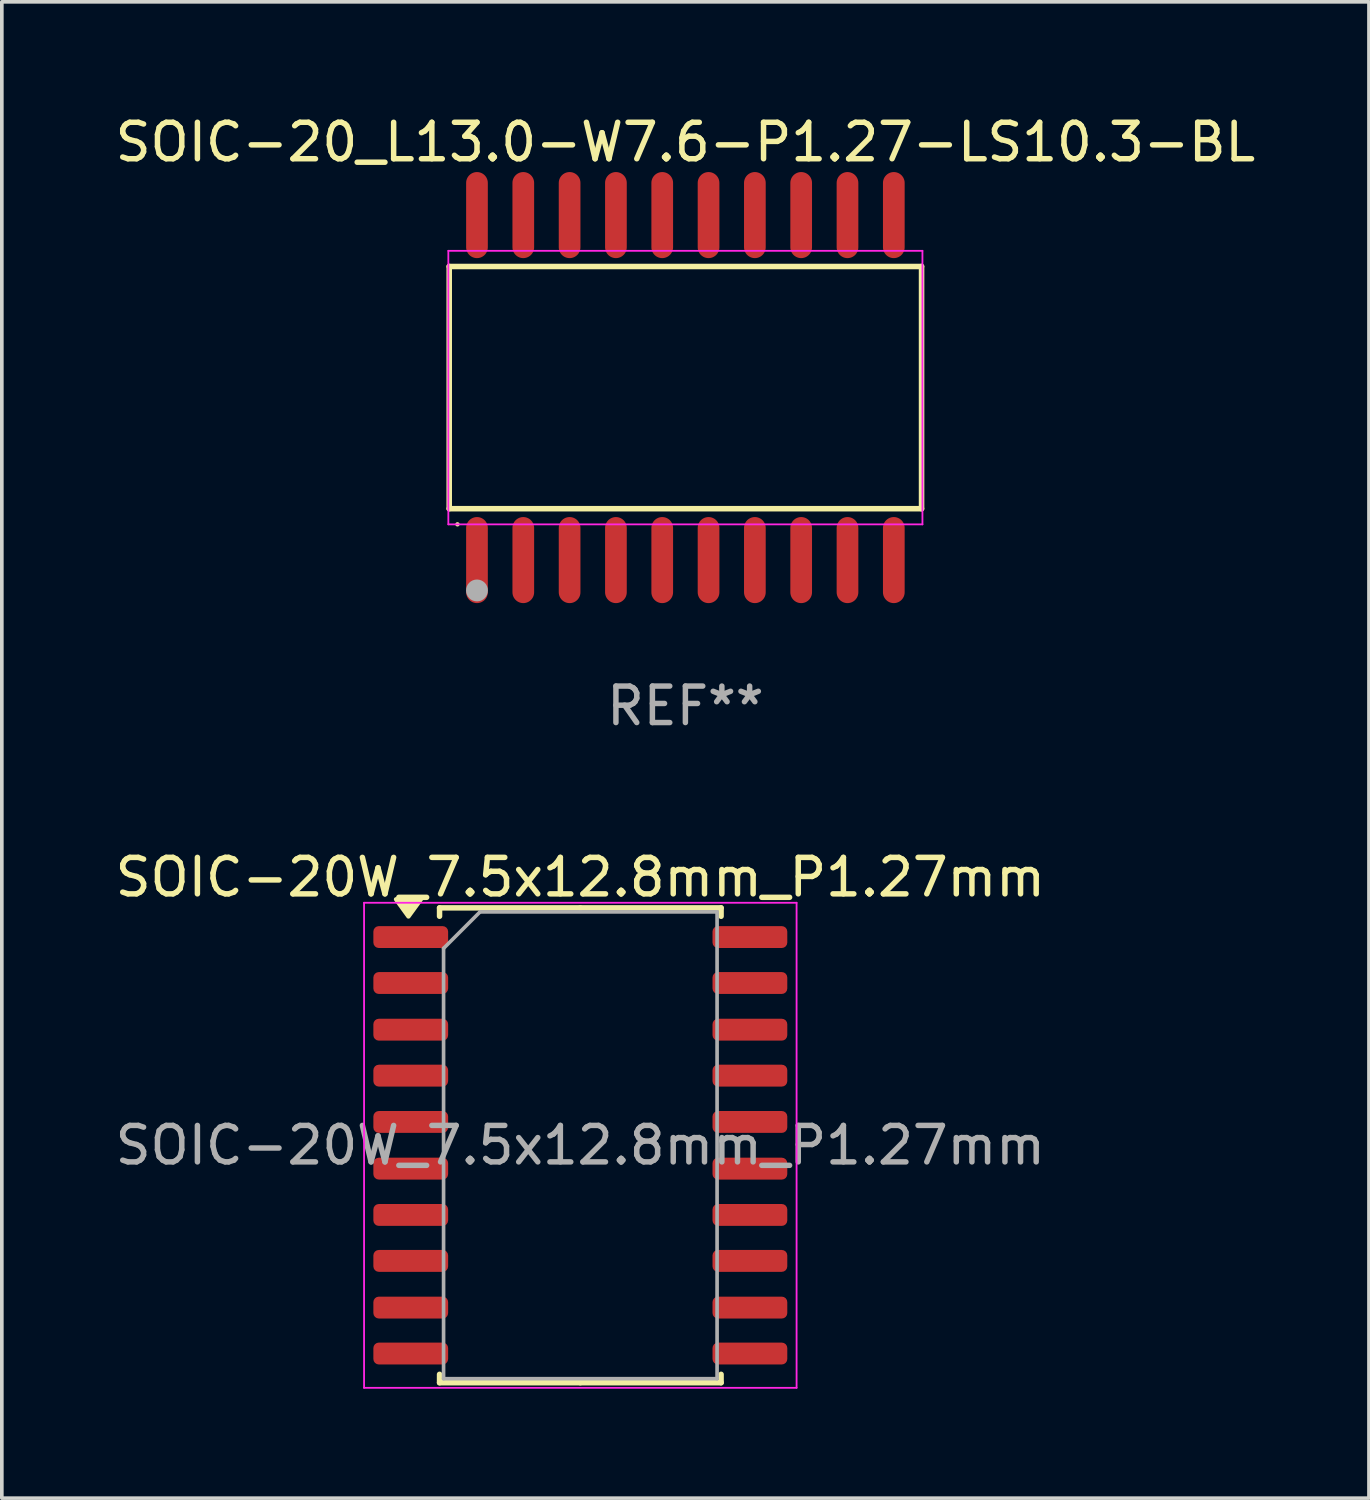
<source format=kicad_pcb>
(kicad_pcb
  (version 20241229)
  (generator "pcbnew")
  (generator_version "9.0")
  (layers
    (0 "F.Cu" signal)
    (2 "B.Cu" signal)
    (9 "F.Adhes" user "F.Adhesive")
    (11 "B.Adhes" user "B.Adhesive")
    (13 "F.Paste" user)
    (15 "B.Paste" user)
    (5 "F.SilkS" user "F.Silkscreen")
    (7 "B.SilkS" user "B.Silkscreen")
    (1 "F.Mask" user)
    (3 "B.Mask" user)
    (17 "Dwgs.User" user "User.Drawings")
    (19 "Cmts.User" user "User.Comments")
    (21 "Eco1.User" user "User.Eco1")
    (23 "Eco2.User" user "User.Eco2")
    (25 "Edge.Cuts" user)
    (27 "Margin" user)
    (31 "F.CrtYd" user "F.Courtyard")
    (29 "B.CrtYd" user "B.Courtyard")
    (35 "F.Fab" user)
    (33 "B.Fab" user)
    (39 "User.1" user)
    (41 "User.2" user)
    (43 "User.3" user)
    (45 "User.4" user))
  (footprint "SOIC-20W_7.5x12.8mm_P1.27mm"
    (layer "F.Cu")
    (at 12.863 28.355)
    (property "Reference" "SOIC-20W_7.5x12.8mm_P1.27mm" (at 0 -7.35 0) (layer "F.SilkS") (effects (font (size 1 1) (thickness 0.15))))
    (attr smd)
    (fp_line (start -3.86 -6.51) (end -3.86 -6.28) (stroke (width 0.15) (type solid)) (layer "F.SilkS"))
    (fp_line (start -3.86 6.51) (end -3.86 6.28) (stroke (width 0.15) (type solid)) (layer "F.SilkS"))
    (fp_line (start 0 -6.51) (end -3.86 -6.51) (stroke (width 0.15) (type solid)) (layer "F.SilkS"))
    (fp_line (start 0 -6.51) (end 3.86 -6.51) (stroke (width 0.15) (type solid)) (layer "F.SilkS"))
    (fp_line (start 0 6.51) (end -3.86 6.51) (stroke (width 0.15) (type solid)) (layer "F.SilkS"))
    (fp_line (start 0 6.51) (end 3.86 6.51) (stroke (width 0.15) (type solid)) (layer "F.SilkS"))
    (fp_line (start 3.86 -6.51) (end 3.86 -6.28) (stroke (width 0.15) (type solid)) (layer "F.SilkS"))
    (fp_line (start 3.86 6.51) (end 3.86 6.28) (stroke (width 0.15) (type solid)) (layer "F.SilkS"))
    (fp_poly (pts (xy -4.713 -6.275) (xy -5.053 -6.745) (xy -4.372 -6.745) (xy -4.713 -6.275)) (stroke (width 0.12) (type solid)) (fill yes) (layer "F.SilkS"))
    (fp_line (start -5.93 -6.65) (end -5.93 6.65) (stroke (width 0.05) (type solid)) (layer "F.CrtYd"))
    (fp_line (start -5.93 6.65) (end 5.93 6.65) (stroke (width 0.05) (type solid)) (layer "F.CrtYd"))
    (fp_line (start 5.93 -6.65) (end -5.93 -6.65) (stroke (width 0.05) (type solid)) (layer "F.CrtYd"))
    (fp_line (start 5.93 6.65) (end 5.93 -6.65) (stroke (width 0.05) (type solid)) (layer "F.CrtYd"))
    (fp_line (start -3.75 -5.4) (end -2.75 -6.4) (stroke (width 0.1) (type solid)) (layer "F.Fab"))
    (fp_line (start -3.75 6.4) (end -3.75 -5.4) (stroke (width 0.1) (type solid)) (layer "F.Fab"))
    (fp_line (start -2.75 -6.4) (end 3.75 -6.4) (stroke (width 0.1) (type solid)) (layer "F.Fab"))
    (fp_line (start 3.75 -6.4) (end 3.75 6.4) (stroke (width 0.1) (type solid)) (layer "F.Fab"))
    (fp_line (start 3.75 6.4) (end -3.75 6.4) (stroke (width 0.1) (type solid)) (layer "F.Fab"))
    (fp_text user "${REFERENCE}" (at 0 0 0) (layer "F.Fab") (effects (font (size 1 1) (thickness 0.15))))
    (pad "1" smd roundrect (at -4.65 -5.71) (size 2.05 0.6) (layers "F.Cu" "F.Mask" "F.Paste") (roundrect_rratio 0.25))
    (pad "2" smd roundrect (at -4.65 -4.45) (size 2.05 0.6) (layers "F.Cu" "F.Mask" "F.Paste") (roundrect_rratio 0.25))
    (pad "3" smd roundrect (at -4.65 -3.17) (size 2.05 0.6) (layers "F.Cu" "F.Mask" "F.Paste") (roundrect_rratio 0.25))
    (pad "4" smd roundrect (at -4.65 -1.91) (size 2.05 0.6) (layers "F.Cu" "F.Mask" "F.Paste") (roundrect_rratio 0.25))
    (pad "5" smd roundrect (at -4.65 -0.64) (size 2.05 0.6) (layers "F.Cu" "F.Mask" "F.Paste") (roundrect_rratio 0.25))
    (pad "6" smd roundrect (at -4.65 0.64) (size 2.05 0.6) (layers "F.Cu" "F.Mask" "F.Paste") (roundrect_rratio 0.25))
    (pad "7" smd roundrect (at -4.65 1.91) (size 2.05 0.6) (layers "F.Cu" "F.Mask" "F.Paste") (roundrect_rratio 0.25))
    (pad "8" smd roundrect (at -4.65 3.17) (size 2.05 0.6) (layers "F.Cu" "F.Mask" "F.Paste") (roundrect_rratio 0.25))
    (pad "9" smd roundrect (at -4.65 4.45) (size 2.05 0.6) (layers "F.Cu" "F.Mask" "F.Paste") (roundrect_rratio 0.25))
    (pad "10" smd roundrect (at -4.65 5.71) (size 2.05 0.6) (layers "F.Cu" "F.Mask" "F.Paste") (roundrect_rratio 0.25))
    (pad "11" smd roundrect (at 4.65 5.71) (size 2.05 0.6) (layers "F.Cu" "F.Mask" "F.Paste") (roundrect_rratio 0.25))
    (pad "12" smd roundrect (at 4.65 4.45) (size 2.05 0.6) (layers "F.Cu" "F.Mask" "F.Paste") (roundrect_rratio 0.25))
    (pad "13" smd roundrect (at 4.65 3.17) (size 2.05 0.6) (layers "F.Cu" "F.Mask" "F.Paste") (roundrect_rratio 0.25))
    (pad "14" smd roundrect (at 4.65 1.91) (size 2.05 0.6) (layers "F.Cu" "F.Mask" "F.Paste") (roundrect_rratio 0.25))
    (pad "15" smd roundrect (at 4.65 0.64) (size 2.05 0.6) (layers "F.Cu" "F.Mask" "F.Paste") (roundrect_rratio 0.25))
    (pad "16" smd roundrect (at 4.65 -0.64) (size 2.05 0.6) (layers "F.Cu" "F.Mask" "F.Paste") (roundrect_rratio 0.25))
    (pad "17" smd roundrect (at 4.65 -1.91) (size 2.05 0.6) (layers "F.Cu" "F.Mask" "F.Paste") (roundrect_rratio 0.25))
    (pad "18" smd roundrect (at 4.65 -3.17) (size 2.05 0.6) (layers "F.Cu" "F.Mask" "F.Paste") (roundrect_rratio 0.25))
    (pad "19" smd roundrect (at 4.65 -4.45) (size 2.05 0.6) (layers "F.Cu" "F.Mask" "F.Paste") (roundrect_rratio 0.25))
    (pad "20" smd roundrect (at 4.65 -5.71) (size 2.05 0.6) (layers "F.Cu" "F.Mask" "F.Paste") (roundrect_rratio 0.25)))
  (footprint "SOIC-20_L13.0-W7.6-P1.27-LS10.3-BL"
    (layer "F.Cu")
    (at 15.744 7.578)
    (property "Reference" "SOIC-20_L13.0-W7.6-P1.27-LS10.3-BL" (at 0 -6.73 0) (layer "F.SilkS") (effects (font (size 1 1) (thickness 0.15))))
    (attr smd)
    (fp_line (start -6.476 -3.321) (end 6.476 -3.321) (stroke (width 0.152) (type solid)) (layer "F.SilkS"))
    (fp_line (start -6.476 3.321) (end -6.476 -3.321) (stroke (width 0.152) (type solid)) (layer "F.SilkS"))
    (fp_line (start 6.476 -3.321) (end 6.476 3.321) (stroke (width 0.152) (type solid)) (layer "F.SilkS"))
    (fp_line (start 6.476 3.321) (end -6.476 3.321) (stroke (width 0.152) (type solid)) (layer "F.SilkS"))
    (fp_circle (center -6.25 3.75) (end -6.22 3.75) (stroke (width 0.06) (type solid)) (fill no) (layer "F.SilkS"))
    (fp_line (start -6.5 -3.75) (end -6.5 3.75) (stroke (width 0.05) (type default)) (layer "F.CrtYd"))
    (fp_line (start -6.5 3.75) (end 6.5 3.75) (stroke (width 0.05) (type default)) (layer "F.CrtYd"))
    (fp_line (start 6.5 -3.75) (end -6.5 -3.75) (stroke (width 0.05) (type default)) (layer "F.CrtYd"))
    (fp_line (start 6.5 3.75) (end 6.5 -3.75) (stroke (width 0.05) (type default)) (layer "F.CrtYd"))
    (fp_circle (center -5.715 5.563) (end -5.565 5.563) (stroke (width 0.3) (type solid)) (fill no) (layer "F.Fab"))
    (fp_text user "REF**" (at 0 8.73 0) (layer "F.Fab") (effects (font (size 1 1) (thickness 0.15))))
    (pad "1" smd oval (at -5.715 4.73) (size 0.595 2.36) (layers "F.Cu" "F.Mask" "F.Paste"))
    (pad "2" smd oval (at -4.445 4.73) (size 0.595 2.36) (layers "F.Cu" "F.Mask" "F.Paste"))
    (pad "3" smd oval (at -3.175 4.73) (size 0.595 2.36) (layers "F.Cu" "F.Mask" "F.Paste"))
    (pad "4" smd oval (at -1.905 4.73) (size 0.595 2.36) (layers "F.Cu" "F.Mask" "F.Paste"))
    (pad "5" smd oval (at -0.635 4.73) (size 0.595 2.36) (layers "F.Cu" "F.Mask" "F.Paste"))
    (pad "6" smd oval (at 0.635 4.73) (size 0.595 2.36) (layers "F.Cu" "F.Mask" "F.Paste"))
    (pad "7" smd oval (at 1.905 4.73) (size 0.595 2.36) (layers "F.Cu" "F.Mask" "F.Paste"))
    (pad "8" smd oval (at 3.175 4.73) (size 0.595 2.36) (layers "F.Cu" "F.Mask" "F.Paste"))
    (pad "9" smd oval (at 4.445 4.73) (size 0.595 2.36) (layers "F.Cu" "F.Mask" "F.Paste"))
    (pad "10" smd oval (at 5.715 4.73) (size 0.595 2.36) (layers "F.Cu" "F.Mask" "F.Paste"))
    (pad "11" smd oval (at 5.715 -4.73) (size 0.595 2.36) (layers "F.Cu" "F.Mask" "F.Paste"))
    (pad "12" smd oval (at 4.445 -4.73) (size 0.595 2.36) (layers "F.Cu" "F.Mask" "F.Paste"))
    (pad "13" smd oval (at 3.175 -4.73) (size 0.595 2.36) (layers "F.Cu" "F.Mask" "F.Paste"))
    (pad "14" smd oval (at 1.905 -4.73) (size 0.595 2.36) (layers "F.Cu" "F.Mask" "F.Paste"))
    (pad "15" smd oval (at 0.635 -4.73) (size 0.595 2.36) (layers "F.Cu" "F.Mask" "F.Paste"))
    (pad "16" smd oval (at -0.635 -4.73) (size 0.595 2.36) (layers "F.Cu" "F.Mask" "F.Paste"))
    (pad "17" smd oval (at -1.905 -4.73) (size 0.595 2.36) (layers "F.Cu" "F.Mask" "F.Paste"))
    (pad "18" smd oval (at -3.175 -4.73) (size 0.595 2.36) (layers "F.Cu" "F.Mask" "F.Paste"))
    (pad "19" smd oval (at -4.445 -4.73) (size 0.595 2.36) (layers "F.Cu" "F.Mask" "F.Paste"))
    (pad "20" smd oval (at -5.715 -4.73) (size 0.595 2.36) (layers "F.Cu" "F.Mask" "F.Paste")))
  (gr_rect
    (start -3 -3)
    (end 34.488 38.03)
    (stroke (width 0.1) (type default))
    (fill no)
    (layer "Edge.Cuts")))
</source>
